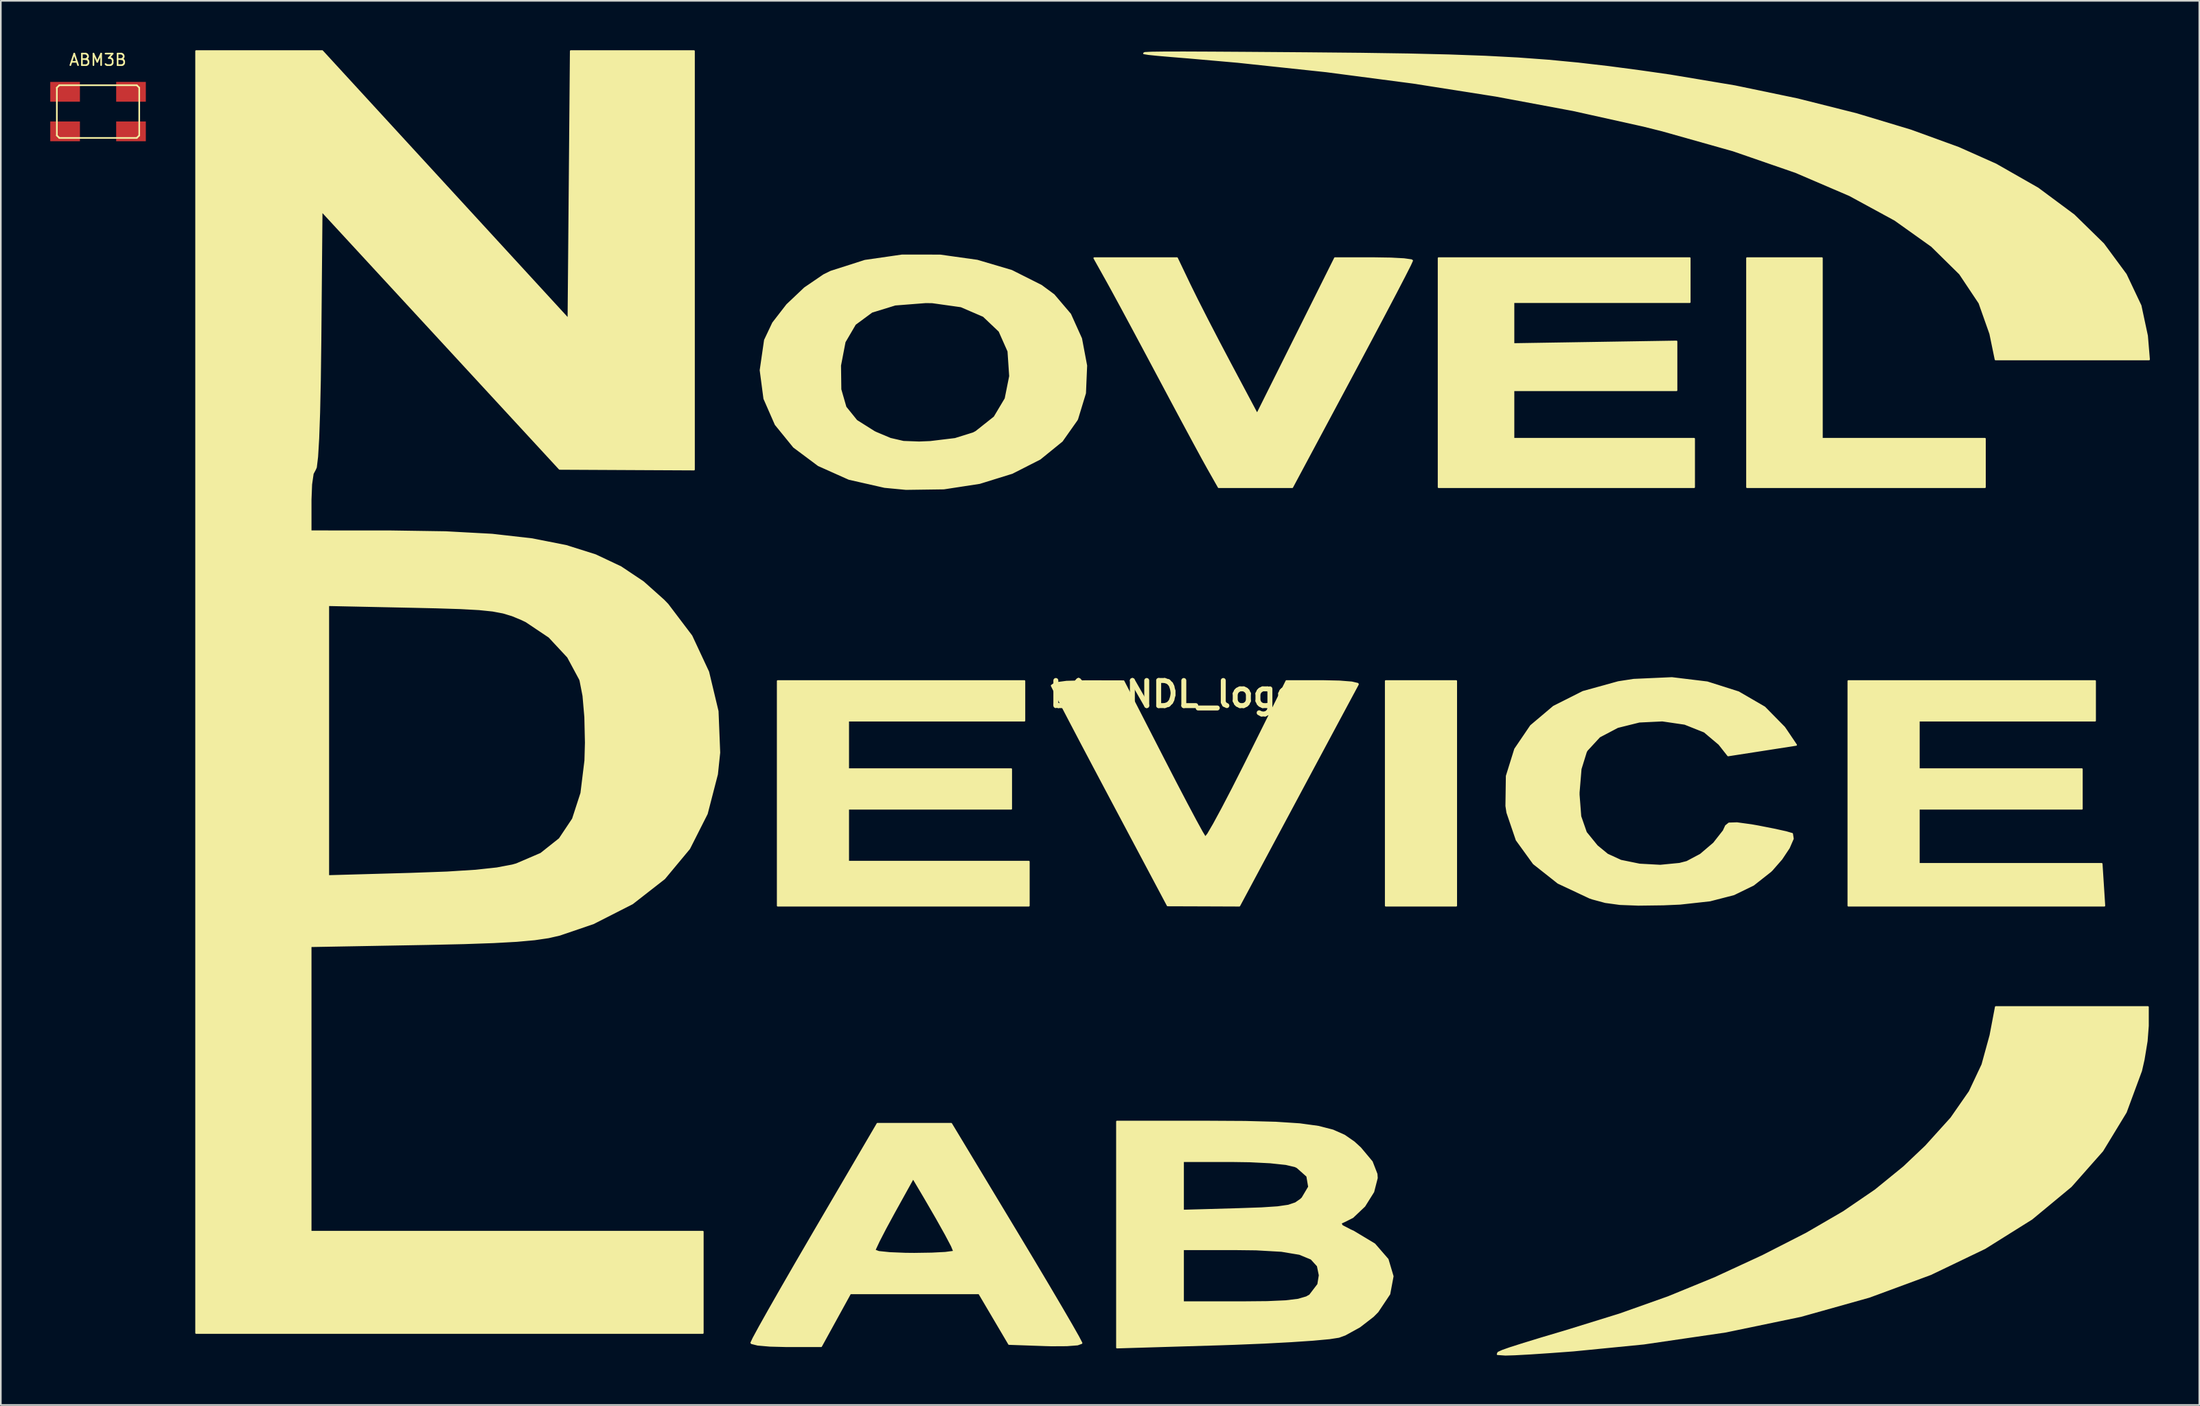
<source format=kicad_pcb>
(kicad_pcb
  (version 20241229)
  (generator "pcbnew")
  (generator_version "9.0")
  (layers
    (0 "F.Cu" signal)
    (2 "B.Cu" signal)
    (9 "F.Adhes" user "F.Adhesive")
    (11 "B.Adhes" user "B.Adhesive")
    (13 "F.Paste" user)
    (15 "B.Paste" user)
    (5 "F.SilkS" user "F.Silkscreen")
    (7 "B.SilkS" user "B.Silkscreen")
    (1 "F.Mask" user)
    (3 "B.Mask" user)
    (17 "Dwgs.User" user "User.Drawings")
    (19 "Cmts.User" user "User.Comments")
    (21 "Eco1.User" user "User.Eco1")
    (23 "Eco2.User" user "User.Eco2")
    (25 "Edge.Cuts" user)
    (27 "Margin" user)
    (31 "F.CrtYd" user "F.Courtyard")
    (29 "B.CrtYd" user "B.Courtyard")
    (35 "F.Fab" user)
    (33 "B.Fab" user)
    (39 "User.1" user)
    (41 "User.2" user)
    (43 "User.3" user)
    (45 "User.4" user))
  (footprint "big_NDL_logo"
    (layer "F.Cu")
    (at 68.206 39.086)
    (property "Reference" "big_NDL_logo" (at 0 0 0) (layer "F.SilkS") (effects (font (size 1.524 1.524) (thickness 0.3))))
    (attr through_hole)
    (fp_poly (pts (xy 17.112 12.834) (xy 14.973 12.834) (xy 12.834 12.834) (xy 12.834 6.016) (xy 12.834 -0.802) (xy 14.973 -0.802) (xy 17.112 -0.802) (xy 17.112 6.016) (xy 17.112 12.834)) (stroke (width 0.1) (type solid)) (fill yes) (layer "F.SilkS"))
    (fp_poly (pts (xy 49.196 -12.566) (xy 41.977 -12.566) (xy 34.758 -12.566) (xy 34.758 -19.518) (xy 34.758 -26.469) (xy 37.031 -26.469) (xy 39.303 -26.469) (xy 39.303 -20.988) (xy 39.303 -15.507) (xy 44.249 -15.507) (xy 49.196 -15.507) (xy 49.196 -14.037) (xy 49.196 -12.566)) (stroke (width 0.1) (type solid)) (fill yes) (layer "F.SilkS"))
    (fp_poly (pts (xy -8.823 12.834) (xy -16.443 12.834) (xy -24.063 12.834) (xy -24.063 6.016) (xy -24.063 -0.802) (xy -16.577 -0.802) (xy -9.091 -0.802) (xy -9.091 0.401) (xy -9.091 1.604) (xy -14.438 1.604) (xy -19.785 1.604) (xy -19.785 3.075) (xy -19.785 4.545) (xy -14.839 4.545) (xy -9.893 4.545) (xy -9.893 5.748) (xy -9.893 6.952) (xy -14.839 6.952) (xy -19.785 6.952) (xy -19.785 8.556) (xy -19.785 10.16) (xy -14.304 10.16) (xy -8.823 10.16) (xy -8.823 11.497) (xy -8.823 12.834)) (stroke (width 0.1) (type solid)) (fill yes) (layer "F.SilkS"))
    (fp_poly (pts (xy 31.549 -12.566) (xy 23.796 -12.566) (xy 16.042 -12.566) (xy 16.042 -19.518) (xy 16.042 -26.469) (xy 23.662 -26.469) (xy 31.282 -26.469) (xy 31.282 -25.133) (xy 31.282 -23.796) (xy 25.935 -23.796) (xy 20.587 -23.796) (xy 20.587 -22.526) (xy 20.587 -21.256) (xy 25.533 -21.334) (xy 30.48 -21.412) (xy 30.48 -19.93) (xy 30.48 -18.448) (xy 25.534 -18.448) (xy 20.587 -18.448) (xy 20.587 -16.978) (xy 20.587 -15.507) (xy 26.068 -15.507) (xy 31.549 -15.507) (xy 31.549 -14.037) (xy 31.549 -12.566)) (stroke (width 0.1) (type solid)) (fill yes) (layer "F.SilkS"))
    (fp_poly (pts (xy 56.444 12.834) (xy 48.676 12.834) (xy 40.907 12.834) (xy 40.907 6.016) (xy 40.907 -0.802) (xy 48.394 -0.802) (xy 55.88 -0.802) (xy 55.88 0.401) (xy 55.88 1.604) (xy 50.533 1.604) (xy 45.185 1.604) (xy 45.185 3.075) (xy 45.185 4.545) (xy 50.132 4.545) (xy 55.078 4.545) (xy 55.078 5.748) (xy 55.078 6.952) (xy 50.132 6.952) (xy 45.185 6.952) (xy 45.185 8.623) (xy 45.185 10.294) (xy 50.733 10.294) (xy 56.281 10.294) (xy 56.363 11.564) (xy 56.444 12.834)) (stroke (width 0.1) (type solid)) (fill yes) (layer "F.SilkS"))
    (fp_poly (pts (xy 14.438 -26.317) (xy 14.317 -26.051) (xy 13.974 -25.375) (xy 13.441 -24.348) (xy 12.749 -23.032) (xy 11.931 -21.487) (xy 11.018 -19.773) (xy 10.8 -19.365) (xy 7.162 -12.566) (xy 4.929 -12.566) (xy 2.696 -12.566) (xy 2.051 -13.703) (xy 1.716 -14.307) (xy 1.186 -15.283) (xy 0.514 -16.531) (xy -0.245 -17.95) (xy -0.938 -19.251) (xy -1.743 -20.761) (xy -2.52 -22.213) (xy -3.211 -23.498) (xy -3.76 -24.508) (xy -4.067 -25.066) (xy -4.852 -26.469) (xy -2.341 -26.469) (xy 0.169 -26.469) (xy 0.948 -24.84) (xy 1.385 -23.954) (xy 1.994 -22.756) (xy 2.694 -21.406) (xy 3.378 -20.109) (xy 5.029 -17.006) (xy 7.391 -21.738) (xy 9.752 -26.469) (xy 12.095 -26.469) (xy 13.139 -26.453) (xy 13.944 -26.41) (xy 14.388 -26.348) (xy 14.438 -26.317)) (stroke (width 0.1) (type solid)) (fill yes) (layer "F.SilkS"))
    (fp_poly (pts (xy 11.149 -0.602) (xy 10.999 -0.322) (xy 10.629 0.367) (xy 10.073 1.403) (xy 9.365 2.724) (xy 8.537 4.27) (xy 7.623 5.976) (xy 7.495 6.216) (xy 3.951 12.834) (xy 1.775 12.826) (xy -0.401 12.819) (xy -3.873 6.287) (xy -4.784 4.569) (xy -5.613 3.001) (xy -6.325 1.644) (xy -6.889 0.564) (xy -7.27 -0.177) (xy -7.435 -0.515) (xy -7.438 -0.523) (xy -7.236 -0.672) (xy -6.536 -0.765) (xy -5.373 -0.797) (xy -5.303 -0.797) (xy -3.075 -0.792) (xy -0.668 3.9) (xy 0.077 5.345) (xy 0.744 6.619) (xy 1.292 7.65) (xy 1.683 8.362) (xy 1.877 8.682) (xy 1.886 8.691) (xy 2.044 8.494) (xy 2.399 7.886) (xy 2.913 6.938) (xy 3.548 5.719) (xy 4.267 4.3) (xy 4.42 3.994) (xy 6.806 -0.802) (xy 9.034 -0.802) (xy 10.032 -0.78) (xy 10.771 -0.722) (xy 11.134 -0.637) (xy 11.149 -0.602)) (stroke (width 0.1) (type solid)) (fill yes) (layer "F.SilkS"))
    (fp_poly (pts (xy 59.088 20.13) (xy 59.017 21.051) (xy 58.833 22.171) (xy 58.679 22.849) (xy 57.749 25.366) (xy 56.325 27.707) (xy 54.416 29.867) (xy 52.036 31.839) (xy 49.195 33.618) (xy 45.905 35.198) (xy 42.179 36.574) (xy 38.027 37.739) (xy 33.462 38.688) (xy 28.494 39.415) (xy 24.225 39.835) (xy 22.859 39.936) (xy 21.632 40.018) (xy 20.672 40.071) (xy 20.106 40.088) (xy 20.081 40.087) (xy 19.623 40.055) (xy 19.662 39.959) (xy 19.919 39.842) (xy 20.372 39.682) (xy 21.221 39.412) (xy 22.349 39.067) (xy 23.639 38.684) (xy 23.773 38.644) (xy 27.037 37.633) (xy 29.977 36.589) (xy 32.798 35.433) (xy 35.694 34.094) (xy 38.359 32.733) (xy 40.609 31.426) (xy 42.545 30.104) (xy 44.273 28.697) (xy 45.603 27.435) (xy 47.145 25.729) (xy 48.266 24.118) (xy 49.037 22.481) (xy 49.527 20.699) (xy 49.543 20.613) (xy 49.853 18.983) (xy 54.471 18.983) (xy 59.088 18.983) (xy 59.088 20.13)) (stroke (width 0.1) (type solid)) (fill yes) (layer "F.SilkS"))
    (fp_poly (pts (xy 59.155 -20.32) (xy 54.496 -20.32) (xy 49.838 -20.32) (xy 49.515 -21.884) (xy 48.857 -23.746) (xy 47.674 -25.519) (xy 45.966 -27.201) (xy 43.735 -28.791) (xy 40.983 -30.288) (xy 37.71 -31.692) (xy 33.918 -33.002) (xy 29.608 -34.217) (xy 28.475 -34.5) (xy 24.217 -35.446) (xy 19.526 -36.322) (xy 14.5 -37.112) (xy 9.238 -37.802) (xy 3.838 -38.377) (xy 0.914 -38.634) (xy -0.162 -38.722) (xy -0.998 -38.794) (xy -1.566 -38.852) (xy -1.837 -38.896) (xy -1.784 -38.927) (xy -1.376 -38.948) (xy -0.587 -38.958) (xy 0.614 -38.96) (xy 2.253 -38.953) (xy 4.36 -38.94) (xy 6.963 -38.921) (xy 8.021 -38.913) (xy 11.334 -38.882) (xy 14.193 -38.84) (xy 16.679 -38.781) (xy 18.875 -38.702) (xy 20.86 -38.597) (xy 22.715 -38.461) (xy 24.523 -38.288) (xy 26.364 -38.075) (xy 28.319 -37.816) (xy 30.079 -37.564) (xy 34.019 -36.905) (xy 37.822 -36.114) (xy 41.407 -35.211) (xy 44.693 -34.221) (xy 47.6 -33.163) (xy 49.864 -32.153) (xy 52.408 -30.701) (xy 54.593 -29.079) (xy 56.385 -27.325) (xy 57.747 -25.48) (xy 58.644 -23.585) (xy 59.035 -21.757) (xy 59.155 -20.32)) (stroke (width 0.1) (type solid)) (fill yes) (layer "F.SilkS"))
    (fp_poly (pts (xy -5.625 39.381) (xy -5.866 39.469) (xy -6.518 39.519) (xy -7.456 39.524) (xy -7.821 39.514) (xy -10.026 39.437) (xy -10.933 37.899) (xy -11.839 36.362) (xy -13.368 36.362) (xy -13.368 33.803) (xy -13.5 33.483) (xy -13.868 32.785) (xy -14.429 31.784) (xy -15.14 30.558) (xy -15.317 30.258) (xy -15.845 29.368) (xy -17.005 31.461) (xy -17.522 32.414) (xy -17.922 33.188) (xy -18.146 33.667) (xy -18.173 33.755) (xy -17.929 33.844) (xy -17.27 33.912) (xy -16.313 33.951) (xy -15.775 33.956) (xy -14.715 33.94) (xy -13.893 33.898) (xy -13.429 33.837) (xy -13.368 33.803) (xy -13.368 36.362) (xy -15.751 36.362) (xy -19.662 36.362) (xy -20.544 37.966) (xy -21.426 39.571) (xy -23.547 39.571) (xy -24.535 39.546) (xy -25.278 39.481) (xy -25.648 39.388) (xy -25.667 39.359) (xy -25.537 39.083) (xy -25.17 38.406) (xy -24.599 37.389) (xy -23.86 36.093) (xy -22.986 34.577) (xy -22.011 32.903) (xy -21.839 32.608) (xy -18.01 26.068) (xy -15.772 26.068) (xy -13.533 26.068) (xy -9.584 32.619) (xy -8.569 34.309) (xy -7.65 35.852) (xy -6.862 37.189) (xy -6.239 38.259) (xy -5.817 39.003) (xy -5.631 39.361) (xy -5.625 39.381)) (stroke (width 0.1) (type solid)) (fill yes) (layer "F.SilkS"))
    (fp_poly (pts (xy -5.335 -19.945) (xy -5.406 -18.274) (xy -5.883 -16.709) (xy -5.911 -16.652) (xy -6.814 -15.372) (xy -8.149 -14.288) (xy -9.839 -13.428) (xy -9.966 -13.389) (xy -9.966 -19.306) (xy -10.068 -20.818) (xy -10.61 -22.039) (xy -11.573 -22.952) (xy -12.935 -23.539) (xy -14.679 -23.784) (xy -15.082 -23.79) (xy -16.935 -23.645) (xy -18.354 -23.208) (xy -19.365 -22.462) (xy -19.995 -21.385) (xy -20.269 -19.959) (xy -20.27 -19.946) (xy -20.251 -18.499) (xy -19.941 -17.423) (xy -19.279 -16.603) (xy -18.207 -15.927) (xy -18.097 -15.874) (xy -17.225 -15.507) (xy -16.433 -15.325) (xy -15.482 -15.289) (xy -14.802 -15.317) (xy -13.296 -15.499) (xy -12.192 -15.843) (xy -12.023 -15.933) (xy -10.91 -16.816) (xy -10.24 -17.94) (xy -9.966 -19.306) (xy -9.966 -13.389) (xy -11.808 -12.818) (xy -13.98 -12.485) (xy -16.279 -12.454) (xy -17.576 -12.577) (xy -19.739 -13.068) (xy -21.587 -13.894) (xy -23.083 -15.011) (xy -24.192 -16.374) (xy -24.878 -17.94) (xy -25.105 -19.665) (xy -24.841 -21.492) (xy -24.348 -22.533) (xy -23.496 -23.633) (xy -22.422 -24.65) (xy -21.261 -25.442) (xy -20.836 -25.65) (xy -18.767 -26.312) (xy -16.519 -26.636) (xy -14.209 -26.634) (xy -11.953 -26.318) (xy -9.867 -25.701) (xy -8.067 -24.795) (xy -7.307 -24.233) (xy -6.31 -23.061) (xy -5.645 -21.586) (xy -5.335 -19.945)) (stroke (width 0.1) (type solid)) (fill yes) (layer "F.SilkS"))
    (fp_poly (pts (xy 37.738 3.075) (xy 35.675 3.396) (xy 33.611 3.716) (xy 33.07 3.029) (xy 32.173 2.273) (xy 30.981 1.798) (xy 29.621 1.599) (xy 28.221 1.667) (xy 26.906 1.994) (xy 25.804 2.574) (xy 25.041 3.4) (xy 24.987 3.499) (xy 24.666 4.535) (xy 24.548 5.961) (xy 24.548 6.104) (xy 24.649 7.414) (xy 24.989 8.39) (xy 25.653 9.207) (xy 26.282 9.725) (xy 27.101 10.101) (xy 28.239 10.333) (xy 29.494 10.401) (xy 30.667 10.287) (xy 31.111 10.172) (xy 31.937 9.734) (xy 32.744 9.047) (xy 33.336 8.293) (xy 33.476 7.991) (xy 33.664 7.839) (xy 34.148 7.823) (xy 35.021 7.942) (xy 35.44 8.016) (xy 36.389 8.202) (xy 37.124 8.364) (xy 37.491 8.47) (xy 37.497 8.473) (xy 37.543 8.768) (xy 37.302 9.322) (xy 36.851 10) (xy 36.267 10.668) (xy 36.185 10.747) (xy 35.146 11.566) (xy 33.955 12.146) (xy 32.508 12.519) (xy 30.698 12.718) (xy 29.678 12.762) (xy 28.166 12.781) (xy 27.042 12.738) (xy 26.162 12.618) (xy 25.381 12.407) (xy 25.213 12.35) (xy 23.296 11.449) (xy 21.81 10.274) (xy 20.775 8.844) (xy 20.209 7.181) (xy 20.148 6.778) (xy 20.174 4.962) (xy 20.682 3.332) (xy 21.642 1.918) (xy 23.026 0.749) (xy 24.804 -0.146) (xy 26.947 -0.739) (xy 27.877 -0.882) (xy 30.199 -0.986) (xy 32.343 -0.726) (xy 34.24 -0.124) (xy 35.821 0.795) (xy 37.017 2.011) (xy 37.113 2.149) (xy 37.738 3.075)) (stroke (width 0.1) (type solid)) (fill yes) (layer "F.SilkS"))
    (fp_poly (pts (xy 13.26 35.325) (xy 13.059 36.399) (xy 12.341 37.475) (xy 12.071 37.747) (xy 11.251 38.382) (xy 10.366 38.87) (xy 9.99 39.006) (xy 9.428 39.093) (xy 8.823 39.149) (xy 8.823 35.264) (xy 8.706 34.692) (xy 8.318 34.267) (xy 8.177 34.208) (xy 8.177 29.899) (xy 8.067 29.248) (xy 7.466 28.714) (xy 7.335 28.649) (xy 6.779 28.519) (xy 5.817 28.417) (xy 4.579 28.355) (xy 3.597 28.341) (xy 0.535 28.341) (xy 0.535 29.839) (xy 0.535 31.337) (xy 3.87 31.243) (xy 5.287 31.194) (xy 6.272 31.13) (xy 6.93 31.034) (xy 7.362 30.888) (xy 7.673 30.674) (xy 7.774 30.578) (xy 8.177 29.899) (xy 8.177 34.208) (xy 7.603 33.972) (xy 6.504 33.789) (xy 4.966 33.702) (xy 3.752 33.688) (xy 0.535 33.688) (xy 0.535 35.293) (xy 0.535 36.897) (xy 4.085 36.897) (xy 5.647 36.883) (xy 6.764 36.834) (xy 7.526 36.741) (xy 8.022 36.596) (xy 8.229 36.481) (xy 8.733 35.821) (xy 8.823 35.264) (xy 8.823 39.149) (xy 8.423 39.186) (xy 7.066 39.277) (xy 5.45 39.363) (xy 3.665 39.436) (xy 2.741 39.467) (xy -3.476 39.653) (xy -3.476 32.794) (xy -3.476 25.935) (xy 1.992 25.935) (xy 4.307 25.948) (xy 6.159 25.997) (xy 7.616 26.092) (xy 8.75 26.247) (xy 9.63 26.474) (xy 10.327 26.784) (xy 10.911 27.19) (xy 11.296 27.544) (xy 11.995 28.379) (xy 12.282 29.118) (xy 12.299 29.359) (xy 12.084 30.198) (xy 11.544 31.061) (xy 10.832 31.736) (xy 10.383 31.965) (xy 10.096 32.099) (xy 10.184 32.263) (xy 10.701 32.531) (xy 10.874 32.609) (xy 12.156 33.381) (xy 12.955 34.302) (xy 13.26 35.325)) (stroke (width 0.1) (type solid)) (fill yes) (layer "F.SilkS"))
    (fp_poly (pts (xy -27.602 3.54) (xy -27.74 4.854) (xy -28.36 7.252) (xy -29.428 9.364) (xy -30.939 11.181) (xy -32.883 12.698) (xy -35.255 13.905) (xy -35.711 14.06) (xy -35.711 2.941) (xy -35.746 1.39) (xy -35.858 0.094) (xy -36.035 -0.817) (xy -36.063 -0.904) (xy -36.794 -2.262) (xy -37.928 -3.48) (xy -39.336 -4.423) (xy -39.64 -4.567) (xy -40.176 -4.787) (xy -40.718 -4.951) (xy -41.356 -5.071) (xy -42.184 -5.156) (xy -43.293 -5.217) (xy -44.775 -5.264) (xy -46.188 -5.296) (xy -51.335 -5.404) (xy -51.335 2.814) (xy -51.335 11.032) (xy -46.322 10.891) (xy -44.124 10.811) (xy -42.404 10.703) (xy -41.102 10.562) (xy -40.161 10.384) (xy -39.917 10.315) (xy -38.432 9.678) (xy -37.3 8.78) (xy -36.493 7.571) (xy -35.983 6.001) (xy -35.74 4.019) (xy -35.711 2.941) (xy -35.711 14.06) (xy -37.298 14.601) (xy -37.969 14.755) (xy -38.812 14.879) (xy -39.898 14.977) (xy -41.298 15.054) (xy -43.081 15.116) (xy -45.32 15.166) (xy -45.653 15.172) (xy -52.404 15.293) (xy -52.404 23.956) (xy -52.404 32.619) (xy -40.506 32.619) (xy -28.608 32.619) (xy -28.608 35.694) (xy -28.608 38.768) (xy -43.982 38.768) (xy -59.356 38.768) (xy -59.356 -0.134) (xy -59.356 -39.036) (xy -55.529 -39.036) (xy -51.701 -39.036) (xy -44.232 -30.903) (xy -36.763 -22.77) (xy -36.692 -30.903) (xy -36.622 -39.036) (xy -32.882 -39.036) (xy -29.143 -39.036) (xy -29.143 -26.336) (xy -29.143 -13.636) (xy -33.221 -13.656) (xy -37.298 -13.676) (xy -44.517 -21.502) (xy -51.736 -29.328) (xy -51.807 -21.482) (xy -51.837 -19.089) (xy -51.881 -17.093) (xy -51.937 -15.522) (xy -52.004 -14.406) (xy -52.08 -13.774) (xy -52.141 -13.636) (xy -52.273 -13.39) (xy -52.367 -12.736) (xy -52.404 -11.802) (xy -52.404 -11.764) (xy -52.404 -9.893) (xy -47.525 -9.89) (xy -44.221 -9.841) (xy -41.387 -9.688) (xy -38.964 -9.413) (xy -36.893 -9.003) (xy -35.118 -8.442) (xy -33.58 -7.715) (xy -32.221 -6.805) (xy -30.982 -5.699) (xy -30.74 -5.448) (xy -29.294 -3.539) (xy -28.274 -1.355) (xy -27.703 1.03) (xy -27.602 3.54)) (stroke (width 0.1) (type solid)) (fill yes) (layer "F.SilkS")))
  (footprint "ABM3B"
    (layer "F.Cu")
    (at 2.9 3.722)
    (property "Reference" "ABM3B" (at -0.013 -3.137 0) (layer "F.SilkS") (effects (font (size 0.7 0.7) (thickness 0.1))))
    (attr through_hole)
    (fp_line (start -2.5 -1.45) (end -2.5 1.45) (stroke (width 0.1) (type solid)) (layer "F.SilkS"))
    (fp_line (start -2.5 -1.45) (end -2.35 -1.6) (stroke (width 0.1) (type solid)) (layer "F.SilkS"))
    (fp_line (start -2.5 1.45) (end -2.35 1.6) (stroke (width 0.1) (type solid)) (layer "F.SilkS"))
    (fp_line (start -2.35 1.6) (end 2.35 1.6) (stroke (width 0.1) (type solid)) (layer "F.SilkS"))
    (fp_line (start 2.35 -1.6) (end -2.35 -1.6) (stroke (width 0.1) (type solid)) (layer "F.SilkS"))
    (fp_line (start 2.35 -1.6) (end 2.5 -1.45) (stroke (width 0.1) (type solid)) (layer "F.SilkS"))
    (fp_line (start 2.35 1.6) (end 2.5 1.45) (stroke (width 0.1) (type solid)) (layer "F.SilkS"))
    (fp_line (start 2.5 1.45) (end 2.5 -1.45) (stroke (width 0.1) (type solid)) (layer "F.SilkS"))
    (pad "1" smd rect (at -2 1.2) (size 1.8 1.2) (layers "F.Cu" "F.Mask" "F.Paste"))
    (pad "2" smd rect (at 2 1.2) (size 1.8 1.2) (layers "F.Cu" "F.Mask" "F.Paste"))
    (pad "3" smd rect (at 2 -1.2) (size 1.8 1.2) (layers "F.Cu" "F.Mask" "F.Paste"))
    (pad "4" smd rect (at -2 -1.2) (size 1.8 1.2) (layers "F.Cu" "F.Mask" "F.Paste")))
  (gr_rect
    (start -3 -3)
    (end 130.41 82.223)
    (stroke (width 0.1) (type default))
    (fill no)
    (layer "Edge.Cuts")))
</source>
